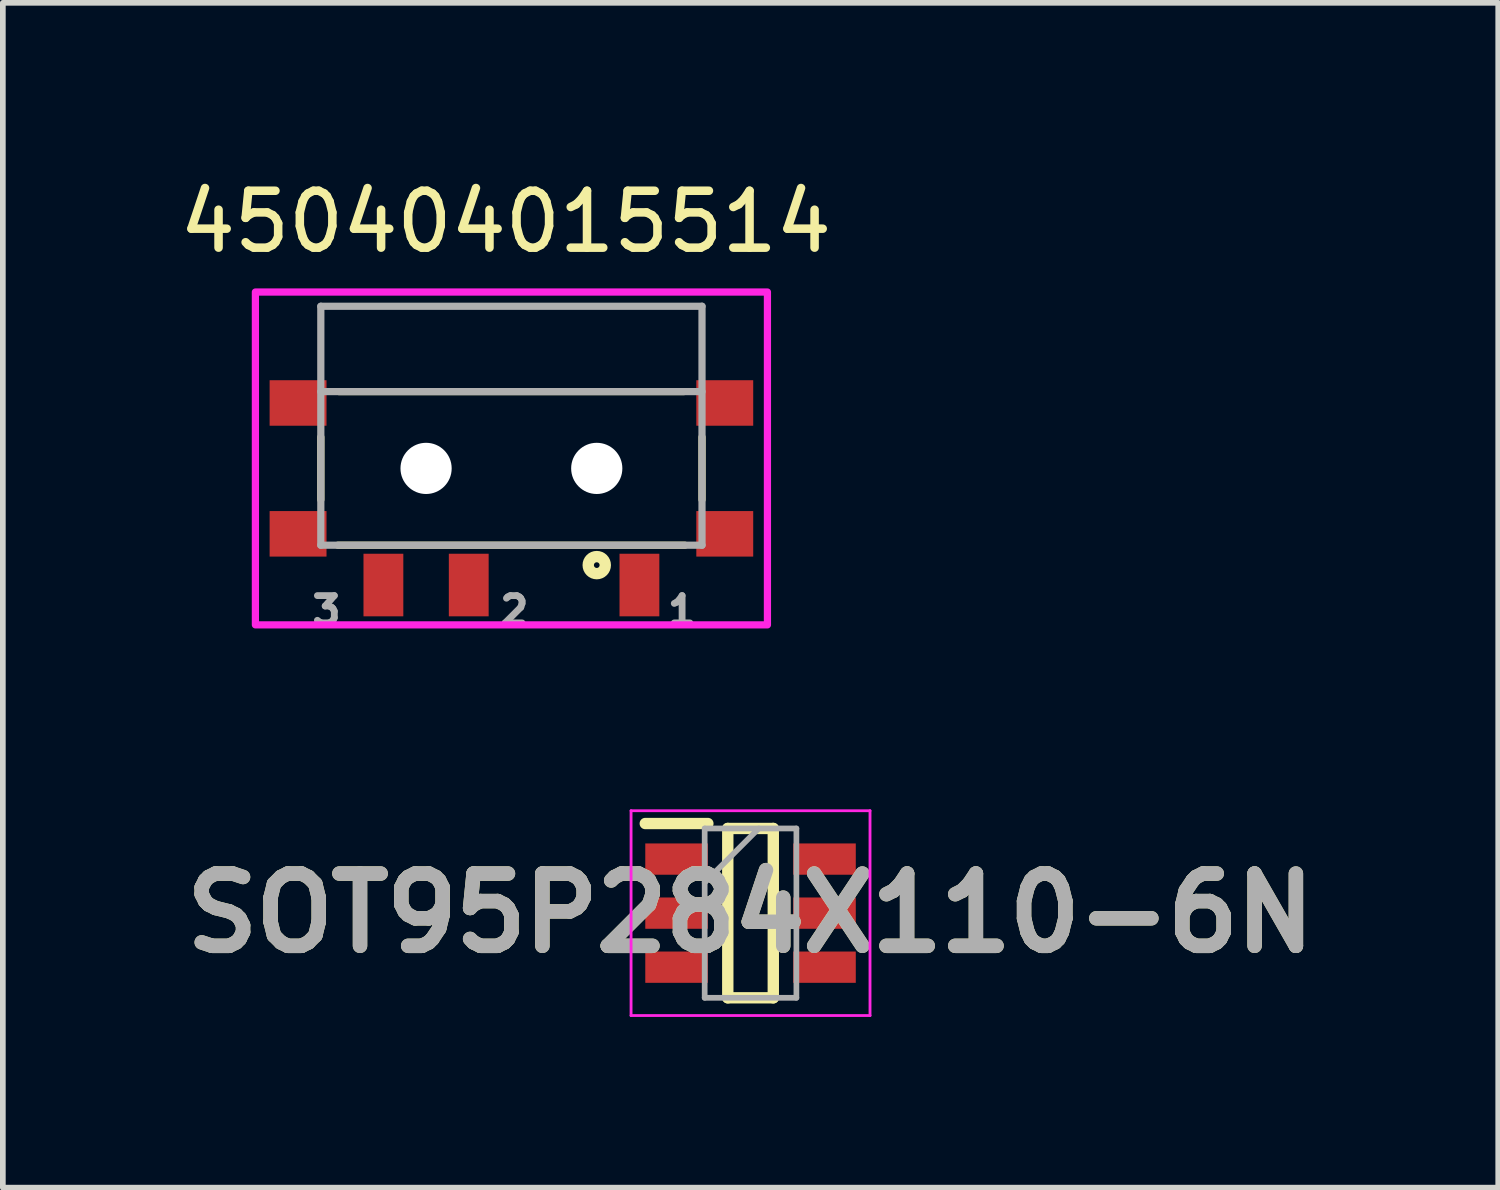
<source format=kicad_pcb>
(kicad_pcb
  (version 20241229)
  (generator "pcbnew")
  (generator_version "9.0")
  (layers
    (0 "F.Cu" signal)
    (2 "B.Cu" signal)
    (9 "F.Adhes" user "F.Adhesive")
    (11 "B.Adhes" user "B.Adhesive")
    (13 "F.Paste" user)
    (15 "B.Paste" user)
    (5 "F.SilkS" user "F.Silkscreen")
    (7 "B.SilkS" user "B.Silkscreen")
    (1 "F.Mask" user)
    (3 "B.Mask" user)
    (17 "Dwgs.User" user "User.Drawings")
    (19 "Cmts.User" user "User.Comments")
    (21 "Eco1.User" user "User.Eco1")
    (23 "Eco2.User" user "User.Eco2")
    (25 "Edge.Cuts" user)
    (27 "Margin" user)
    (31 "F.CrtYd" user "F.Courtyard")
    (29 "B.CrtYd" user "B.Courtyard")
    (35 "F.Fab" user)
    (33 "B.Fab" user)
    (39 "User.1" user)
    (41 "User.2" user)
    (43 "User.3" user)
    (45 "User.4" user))
  (footprint "SOT95P284X110-6N"
    (layer "F.Cu")
    (at 10.142 13)
    (property "Reference" "SOT95P284X110-6N" (at 0 0 0) (layer "F.SilkS") (effects (font (size 1.27 1.27) (thickness 0.254))))
    (attr smd)
    (fp_line (start -1.85 -1.575) (end -0.75 -1.575) (stroke (width 0.2) (type solid)) (layer "F.SilkS"))
    (fp_line (start -0.4 -1.488) (end 0.4 -1.488) (stroke (width 0.2) (type solid)) (layer "F.SilkS"))
    (fp_line (start -0.4 1.488) (end -0.4 -1.488) (stroke (width 0.2) (type solid)) (layer "F.SilkS"))
    (fp_line (start 0.4 -1.488) (end 0.4 1.488) (stroke (width 0.2) (type solid)) (layer "F.SilkS"))
    (fp_line (start 0.4 1.488) (end -0.4 1.488) (stroke (width 0.2) (type solid)) (layer "F.SilkS"))
    (fp_line (start -2.1 -1.8) (end 2.1 -1.8) (stroke (width 0.05) (type solid)) (layer "F.CrtYd"))
    (fp_line (start -2.1 1.8) (end -2.1 -1.8) (stroke (width 0.05) (type solid)) (layer "F.CrtYd"))
    (fp_line (start 2.1 -1.8) (end 2.1 1.8) (stroke (width 0.05) (type solid)) (layer "F.CrtYd"))
    (fp_line (start 2.1 1.8) (end -2.1 1.8) (stroke (width 0.05) (type solid)) (layer "F.CrtYd"))
    (fp_line (start -0.806 -1.488) (end 0.806 -1.488) (stroke (width 0.1) (type solid)) (layer "F.Fab"))
    (fp_line (start -0.806 -0.538) (end 0.144 -1.488) (stroke (width 0.1) (type solid)) (layer "F.Fab"))
    (fp_line (start -0.806 1.488) (end -0.806 -1.488) (stroke (width 0.1) (type solid)) (layer "F.Fab"))
    (fp_line (start 0.806 -1.488) (end 0.806 1.488) (stroke (width 0.1) (type solid)) (layer "F.Fab"))
    (fp_line (start 0.806 1.488) (end -0.806 1.488) (stroke (width 0.1) (type solid)) (layer "F.Fab"))
    (fp_text user "${REFERENCE}" (at 0 0 0) (layer "F.Fab") (effects (font (size 1.27 1.27) (thickness 0.254))))
    (pad "1" smd rect (at -1.3 -0.95 90) (size 0.55 1.1) (layers "F.Cu" "F.Mask" "F.Paste"))
    (pad "2" smd rect (at -1.3 0 90) (size 0.55 1.1) (layers "F.Cu" "F.Mask" "F.Paste"))
    (pad "3" smd rect (at -1.3 0.95 90) (size 0.55 1.1) (layers "F.Cu" "F.Mask" "F.Paste"))
    (pad "4" smd rect (at 1.3 0.95 90) (size 0.55 1.1) (layers "F.Cu" "F.Mask" "F.Paste"))
    (pad "5" smd rect (at 1.3 0 90) (size 0.55 1.1) (layers "F.Cu" "F.Mask" "F.Paste"))
    (pad "6" smd rect (at 1.3 -0.95 90) (size 0.55 1.1) (layers "F.Cu" "F.Mask" "F.Paste")))
  (footprint "450404015514"
    (layer "F.Cu")
    (at 5.939 5.183)
    (property "Reference" "450404015514" (at -0.1 -4.335 0) (layer "F.SilkS") (effects (font (size 1 1) (thickness 0.15))))
    (attr smd)
    (fp_line (start -3.35 -0.55) (end -3.35 0.55) (stroke (width 0.127) (type solid)) (layer "F.SilkS"))
    (fp_line (start -3.05 1.35) (end 3.05 1.35) (stroke (width 0.127) (type solid)) (layer "F.SilkS"))
    (fp_line (start -3.03 -1.35) (end 3.03 -1.35) (stroke (width 0.127) (type solid)) (layer "F.SilkS"))
    (fp_line (start 3.35 -0.55) (end 3.35 0.55) (stroke (width 0.127) (type solid)) (layer "F.SilkS"))
    (fp_circle (center 1.5 1.7) (end 1.55 1.7) (stroke (width 0.2) (type solid)) (fill no) (layer "F.SilkS"))
    (fp_poly (pts (xy -4.5 -3.1) (xy 4.5 -3.1) (xy 4.5 2.75) (xy -4.5 2.75)) (stroke (width 0.127) (type solid)) (fill no) (layer "F.CrtYd"))
    (fp_line (start -3.35 -2.85) (end 3.35 -2.85) (stroke (width 0.127) (type solid)) (layer "F.Fab"))
    (fp_line (start -3.35 -1.35) (end 3.35 -1.35) (stroke (width 0.127) (type solid)) (layer "F.Fab"))
    (fp_line (start -3.35 1.35) (end -3.35 -2.85) (stroke (width 0.127) (type solid)) (layer "F.Fab"))
    (fp_line (start 3.35 -2.85) (end 3.35 1.35) (stroke (width 0.127) (type solid)) (layer "F.Fab"))
    (fp_line (start 3.35 1.35) (end -3.35 1.35) (stroke (width 0.127) (type solid)) (layer "F.Fab"))
    (fp_text user "2" (at 0.05 2.5 0) (layer "F.Fab") (effects (font (size 0.48 0.48) (thickness 0.15))))
    (fp_text user "1" (at 3 2.5 0) (layer "F.Fab") (effects (font (size 0.48 0.48) (thickness 0.15))))
    (fp_text user "3" (at -3.25 2.5 0) (layer "F.Fab") (effects (font (size 0.48 0.48) (thickness 0.15))))
    (pad "" np_thru_hole circle (at -1.5 0) (size 0.9 0.9) (drill 0.9) (layers "*.Cu" "*.Mask"))
    (pad "" np_thru_hole circle (at 1.5 0) (size 0.9 0.9) (drill 0.9) (layers "*.Cu" "*.Mask"))
    (pad "1" smd rect (at 2.25 2.05 90) (size 1.1 0.7) (layers "F.Cu" "F.Mask" "F.Paste"))
    (pad "2" smd rect (at -0.75 2.05 90) (size 1.1 0.7) (layers "F.Cu" "F.Mask" "F.Paste"))
    (pad "3" smd rect (at -2.25 2.05 90) (size 1.1 0.7) (layers "F.Cu" "F.Mask" "F.Paste"))
    (pad "Z1" smd rect (at -3.75 -1.15) (size 1 0.8) (layers "F.Cu" "F.Mask" "F.Paste"))
    (pad "Z2" smd rect (at 3.75 -1.15) (size 1 0.8) (layers "F.Cu" "F.Mask" "F.Paste"))
    (pad "Z3" smd rect (at 3.75 1.15) (size 1 0.8) (layers "F.Cu" "F.Mask" "F.Paste"))
    (pad "Z4" smd rect (at -3.75 1.15) (size 1 0.8) (layers "F.Cu" "F.Mask" "F.Paste")))
  (gr_rect
    (start -3 -3)
    (end 23.284 17.825)
    (stroke (width 0.1) (type default))
    (fill no)
    (layer "Edge.Cuts")))
</source>
